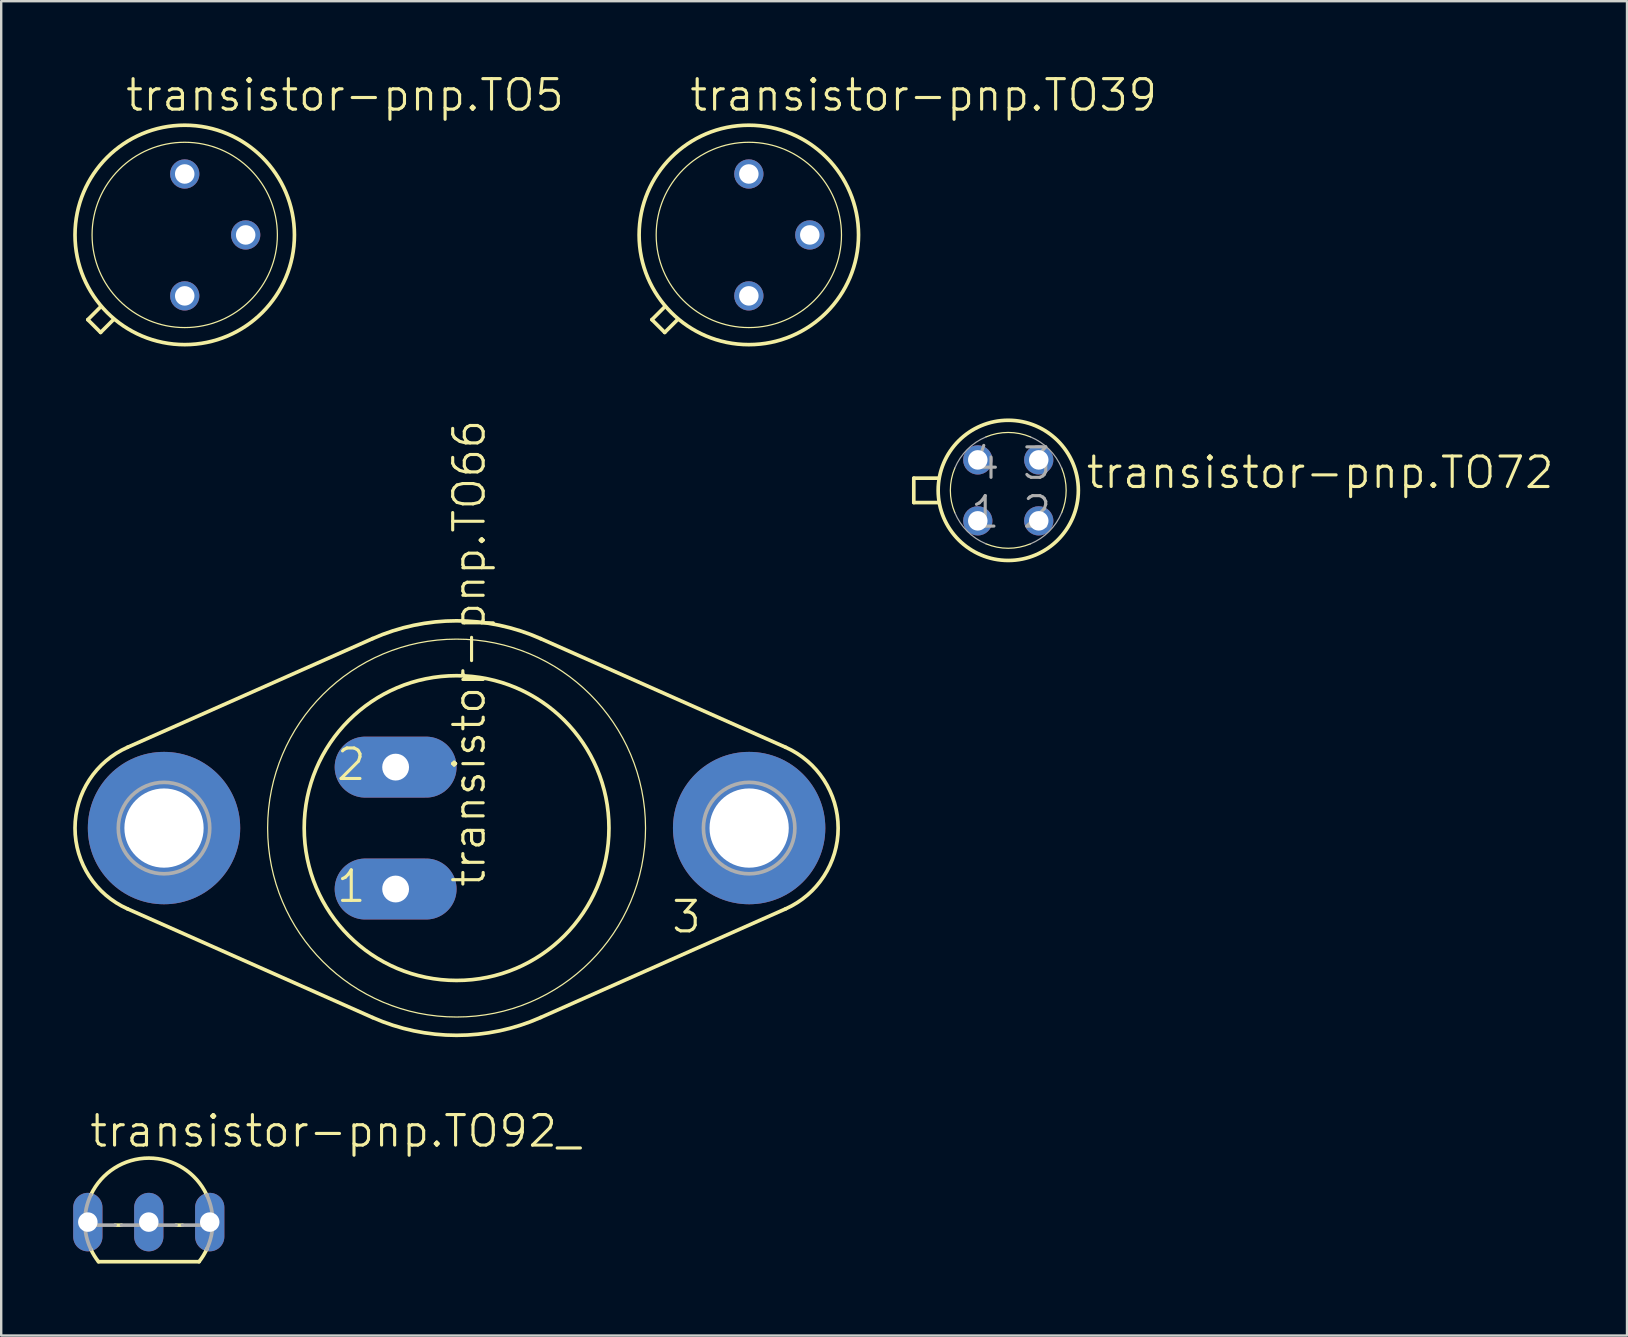
<source format=kicad_pcb>
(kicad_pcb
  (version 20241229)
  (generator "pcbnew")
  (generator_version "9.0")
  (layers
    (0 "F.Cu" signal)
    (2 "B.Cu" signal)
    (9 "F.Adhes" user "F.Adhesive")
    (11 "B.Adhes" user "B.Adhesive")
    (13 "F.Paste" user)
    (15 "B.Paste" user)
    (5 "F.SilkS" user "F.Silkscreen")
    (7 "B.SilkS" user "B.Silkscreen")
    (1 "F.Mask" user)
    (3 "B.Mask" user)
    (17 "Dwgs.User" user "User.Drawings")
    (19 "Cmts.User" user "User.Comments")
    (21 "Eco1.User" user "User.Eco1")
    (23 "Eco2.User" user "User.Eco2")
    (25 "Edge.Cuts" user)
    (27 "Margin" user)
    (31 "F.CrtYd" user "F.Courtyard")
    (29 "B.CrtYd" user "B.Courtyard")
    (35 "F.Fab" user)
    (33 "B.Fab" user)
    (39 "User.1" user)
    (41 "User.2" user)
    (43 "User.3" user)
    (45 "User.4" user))
  (footprint "transistor-pnp.TO92_"
    (layer "F.Cu")
    (at 3.15 46.608)
    (property "Reference" "transistor-pnp.TO92_" (at -2.54 -1.778 0) (layer "F.SilkS") (effects (font (size 1.27 1.27) (thickness 0.13)) (justify left bottom)))
    (attr through_hole)
    (fp_line (start -2.095 2.921) (end 2.095 2.921) (stroke (width 0.152) (type default)) (layer "F.SilkS"))
    (fp_line (start -1.136 1.397) (end -1.404 1.397) (stroke (width 0.152) (type default)) (layer "F.SilkS"))
    (fp_line (start 1.404 1.397) (end 1.136 1.397) (stroke (width 0.152) (type default)) (layer "F.SilkS"))
    (fp_arc (start -2.413 0.1341) (mid 0 -1.396985) (end 2.413 0.1341) (stroke (width 0.1524) (type default)) (layer "F.SilkS"))
    (fp_arc (start -2.095 2.921) (mid -2.268918 2.67252) (end -2.4135 2.4059) (stroke (width 0.1524) (type default)) (layer "F.SilkS"))
    (fp_arc (start 2.4247 2.3818) (mid 2.275878 2.661201) (end 2.095 2.921) (stroke (width 0.1524) (type default)) (layer "F.SilkS"))
    (fp_line (start -1.404 1.397) (end -2.664 1.397) (stroke (width 0.152) (type default)) (layer "F.Fab"))
    (fp_line (start 1.136 1.397) (end -1.136 1.397) (stroke (width 0.152) (type default)) (layer "F.Fab"))
    (fp_line (start 2.664 1.397) (end 1.404 1.397) (stroke (width 0.152) (type default)) (layer "F.Fab"))
    (fp_arc (start -2.413 2.4059) (mid -2.666991 1.27) (end -2.413 0.1341) (stroke (width 0.1524) (type default)) (layer "F.Fab"))
    (fp_arc (start 2.413 0.1341) (mid 2.666991 1.27) (end 2.413 2.4059) (stroke (width 0.1524) (type default)) (layer "F.Fab"))
    (pad "1" thru_hole oval (at 2.54 1.27 90) (size 2.438 1.219) (drill 0.813) (layers "*.Cu" "*.Mask"))
    (pad "2" thru_hole oval (at 0 1.27 90) (size 2.438 1.219) (drill 0.813) (layers "*.Cu" "*.Mask"))
    (pad "3" thru_hole oval (at -2.54 1.27 90) (size 2.438 1.219) (drill 0.813) (layers "*.Cu" "*.Mask")))
  (footprint "transistor-pnp.TO5"
    (layer "F.Cu")
    (at 4.648 6.74)
    (property "Reference" "transistor-pnp.TO5" (at -2.54 -5.08 0) (layer "F.SilkS") (effects (font (size 1.27 1.27) (thickness 0.13)) (justify left bottom)))
    (attr through_hole)
    (fp_line (start -4.039 3.531) (end -3.505 2.997) (stroke (width 0.152) (type default)) (layer "F.SilkS"))
    (fp_line (start -3.505 4.064) (end -4.039 3.531) (stroke (width 0.152) (type default)) (layer "F.SilkS"))
    (fp_line (start -2.972 3.531) (end -3.505 4.064) (stroke (width 0.152) (type default)) (layer "F.SilkS"))
    (fp_circle (center 0 0) (end 3.861 0) (stroke (width 0.051) (type default)) (fill no) (layer "F.SilkS"))
    (fp_circle (center 0 0) (end 4.572 0) (stroke (width 0.152) (type default)) (fill no) (layer "F.SilkS"))
    (pad "1" thru_hole circle (at 0 2.54) (size 1.219 1.219) (drill 0.813) (layers "*.Cu" "*.Mask"))
    (pad "2" thru_hole circle (at 2.54 0) (size 1.219 1.219) (drill 0.813) (layers "*.Cu" "*.Mask"))
    (pad "3" thru_hole circle (at 0 -2.54) (size 1.219 1.219) (drill 0.813) (layers "*.Cu" "*.Mask")))
  (footprint "transistor-pnp.TO39"
    (layer "F.Cu")
    (at 28.156 6.74)
    (property "Reference" "transistor-pnp.TO39" (at -2.54 -5.08 0) (layer "F.SilkS") (effects (font (size 1.27 1.27) (thickness 0.13)) (justify left bottom)))
    (attr through_hole)
    (fp_line (start -4.039 3.531) (end -3.505 2.997) (stroke (width 0.152) (type default)) (layer "F.SilkS"))
    (fp_line (start -3.505 4.064) (end -4.039 3.531) (stroke (width 0.152) (type default)) (layer "F.SilkS"))
    (fp_line (start -2.972 3.531) (end -3.505 4.064) (stroke (width 0.152) (type default)) (layer "F.SilkS"))
    (fp_circle (center 0 0) (end 3.861 0) (stroke (width 0.051) (type default)) (fill no) (layer "F.SilkS"))
    (fp_circle (center 0 0) (end 4.572 0) (stroke (width 0.152) (type default)) (fill no) (layer "F.SilkS"))
    (pad "1" thru_hole circle (at 0 2.54) (size 1.219 1.219) (drill 0.813) (layers "*.Cu" "*.Mask"))
    (pad "2" thru_hole circle (at 2.54 0) (size 1.219 1.219) (drill 0.813) (layers "*.Cu" "*.Mask"))
    (pad "3" thru_hole circle (at 0 -2.54) (size 1.219 1.219) (drill 0.813) (layers "*.Cu" "*.Mask")))
  (footprint "transistor-pnp.TO66"
    (layer "F.Cu")
    (at 15.977 31.458)
    (property "Reference" "transistor-pnp.TO66" (at 1.27 2.54 90) (layer "F.SilkS") (effects (font (size 1.27 1.27) (thickness 0.13)) (justify left bottom)))
    (attr through_hole)
    (fp_line (start -3.501 -7.895) (end -13.711 -3.367) (stroke (width 0.152) (type default)) (layer "F.SilkS"))
    (fp_line (start -3.501 7.895) (end -13.711 3.367) (stroke (width 0.152) (type default)) (layer "F.SilkS"))
    (fp_line (start 3.501 -7.895) (end 13.711 -3.367) (stroke (width 0.152) (type default)) (layer "F.SilkS"))
    (fp_line (start 3.501 7.895) (end 13.711 3.367) (stroke (width 0.152) (type default)) (layer "F.SilkS"))
    (fp_arc (start -13.711 3.367) (mid -15.900936 0.0002) (end -13.711 -3.3666) (stroke (width 0.1524) (type default)) (layer "F.SilkS"))
    (fp_arc (start -3.501 -7.895) (mid 0.0001 -8.636519) (end 3.5012 -7.895) (stroke (width 0.1524) (type default)) (layer "F.SilkS"))
    (fp_arc (start 3.5012 7.895) (mid 0.0001 8.636519) (end -3.501 7.895) (stroke (width 0.1524) (type default)) (layer "F.SilkS"))
    (fp_arc (start 13.711 -3.3666) (mid 15.900936 0.0002) (end 13.711 3.367) (stroke (width 0.1524) (type default)) (layer "F.SilkS"))
    (fp_circle (center 0 0) (end 6.35 0) (stroke (width 0.152) (type default)) (fill no) (layer "F.SilkS"))
    (fp_circle (center 0 0) (end 7.874 0) (stroke (width 0.051) (type default)) (fill no) (layer "F.SilkS"))
    (fp_circle (center -12.192 0) (end -10.287 0) (stroke (width 0.152) (type default)) (fill no) (layer "F.Fab"))
    (fp_circle (center 12.192 0) (end 14.097 0) (stroke (width 0.152) (type default)) (fill no) (layer "F.Fab"))
    (fp_text user "2" (at -5.08 -1.905 0) (layer "F.SilkS") (effects (font (size 1.27 1.27) (thickness 0.13)) (justify left bottom)))
    (fp_text user "1" (at -5.08 3.175 0) (layer "F.SilkS") (effects (font (size 1.27 1.27) (thickness 0.13)) (justify left bottom)))
    (fp_text user "3" (at 8.89 4.445 0) (layer "F.SilkS") (effects (font (size 1.27 1.27) (thickness 0.13)) (justify left bottom)))
    (pad "1" thru_hole oval (at -2.54 2.54) (size 5.08 2.54) (drill 1.118) (layers "*.Cu" "*.Mask"))
    (pad "2" thru_hole oval (at -2.54 -2.54) (size 5.08 2.54) (drill 1.118) (layers "*.Cu" "*.Mask"))
    (pad "3" thru_hole circle (at 12.192 0) (size 6.35 6.35) (drill 3.302) (layers "*.Cu" "*.Mask"))
    (pad "TO66" thru_hole circle (at -12.192 0) (size 6.35 6.35) (drill 3.302) (layers "*.Cu" "*.Mask")))
  (footprint "transistor-pnp.TO72"
    (layer "F.Cu")
    (at 38.967 17.385)
    (property "Reference" "transistor-pnp.TO72" (at 3.175 0 0) (layer "F.SilkS") (effects (font (size 1.27 1.27) (thickness 0.13)) (justify left bottom)))
    (attr through_hole)
    (fp_line (start -3.937 -0.508) (end -2.896 -0.508) (stroke (width 0.152) (type default)) (layer "F.SilkS"))
    (fp_line (start -3.937 0.508) (end -3.937 -0.508) (stroke (width 0.152) (type default)) (layer "F.SilkS"))
    (fp_line (start -2.896 0.508) (end -3.937 0.508) (stroke (width 0.152) (type default)) (layer "F.SilkS"))
    (fp_arc (start -2.227 0.9289) (mid -2.412962 0) (end -2.227 -0.9289) (stroke (width 0.0508) (type default)) (layer "F.SilkS"))
    (fp_arc (start -0.9289 -2.227) (mid 0 -2.412962) (end 0.9289 -2.227) (stroke (width 0.0508) (type default)) (layer "F.SilkS"))
    (fp_arc (start 0.9289 2.227) (mid 0 2.412962) (end -0.9289 2.227) (stroke (width 0.0508) (type default)) (layer "F.SilkS"))
    (fp_arc (start 2.227 -0.9289) (mid 2.412962 0) (end 2.227 0.9289) (stroke (width 0.0508) (type default)) (layer "F.SilkS"))
    (fp_circle (center 0 0) (end 2.921 0) (stroke (width 0.152) (type default)) (fill no) (layer "F.SilkS"))
    (fp_arc (start -2.227 -0.9289) (mid -1.706222 -1.706222) (end -0.9289 -2.227) (stroke (width 0.0508) (type default)) (layer "F.Fab"))
    (fp_arc (start -0.9289 2.227) (mid -1.706222 1.706222) (end -2.227 0.9289) (stroke (width 0.0508) (type default)) (layer "F.Fab"))
    (fp_arc (start 0.9289 -2.227) (mid 1.706222 -1.706222) (end 2.227 -0.9289) (stroke (width 0.0508) (type default)) (layer "F.Fab"))
    (fp_arc (start 2.227 0.9289) (mid 1.706222 1.706222) (end 0.9289 2.227) (stroke (width 0.0508) (type default)) (layer "F.Fab"))
    (fp_text user "2" (at 0.508 1.651 0) (layer "F.Fab") (effects (font (size 1.27 1.27) (thickness 0.13)) (justify left bottom)))
    (fp_text user "3" (at 0.508 -0.381 0) (layer "F.Fab") (effects (font (size 1.27 1.27) (thickness 0.13)) (justify left bottom)))
    (fp_text user "1" (at -1.651 1.651 0) (layer "F.Fab") (effects (font (size 1.27 1.27) (thickness 0.13)) (justify left bottom)))
    (fp_text user "4" (at -1.651 -0.381 0) (layer "F.Fab") (effects (font (size 1.27 1.27) (thickness 0.13)) (justify left bottom)))
    (pad "1" thru_hole circle (at -1.27 1.27) (size 1.219 1.219) (drill 0.813) (layers "*.Cu" "*.Mask"))
    (pad "2" thru_hole circle (at 1.27 1.27) (size 1.219 1.219) (drill 0.813) (layers "*.Cu" "*.Mask"))
    (pad "3" thru_hole circle (at 1.27 -1.27) (size 1.219 1.219) (drill 0.813) (layers "*.Cu" "*.Mask"))
    (pad "4" thru_hole circle (at -1.27 -1.27) (size 1.219 1.219) (drill 0.813) (layers "*.Cu" "*.Mask")))
  (gr_rect
    (start -3 -3)
    (end 64.752 52.605)
    (stroke (width 0.1) (type default))
    (fill no)
    (layer "Edge.Cuts")))
</source>
